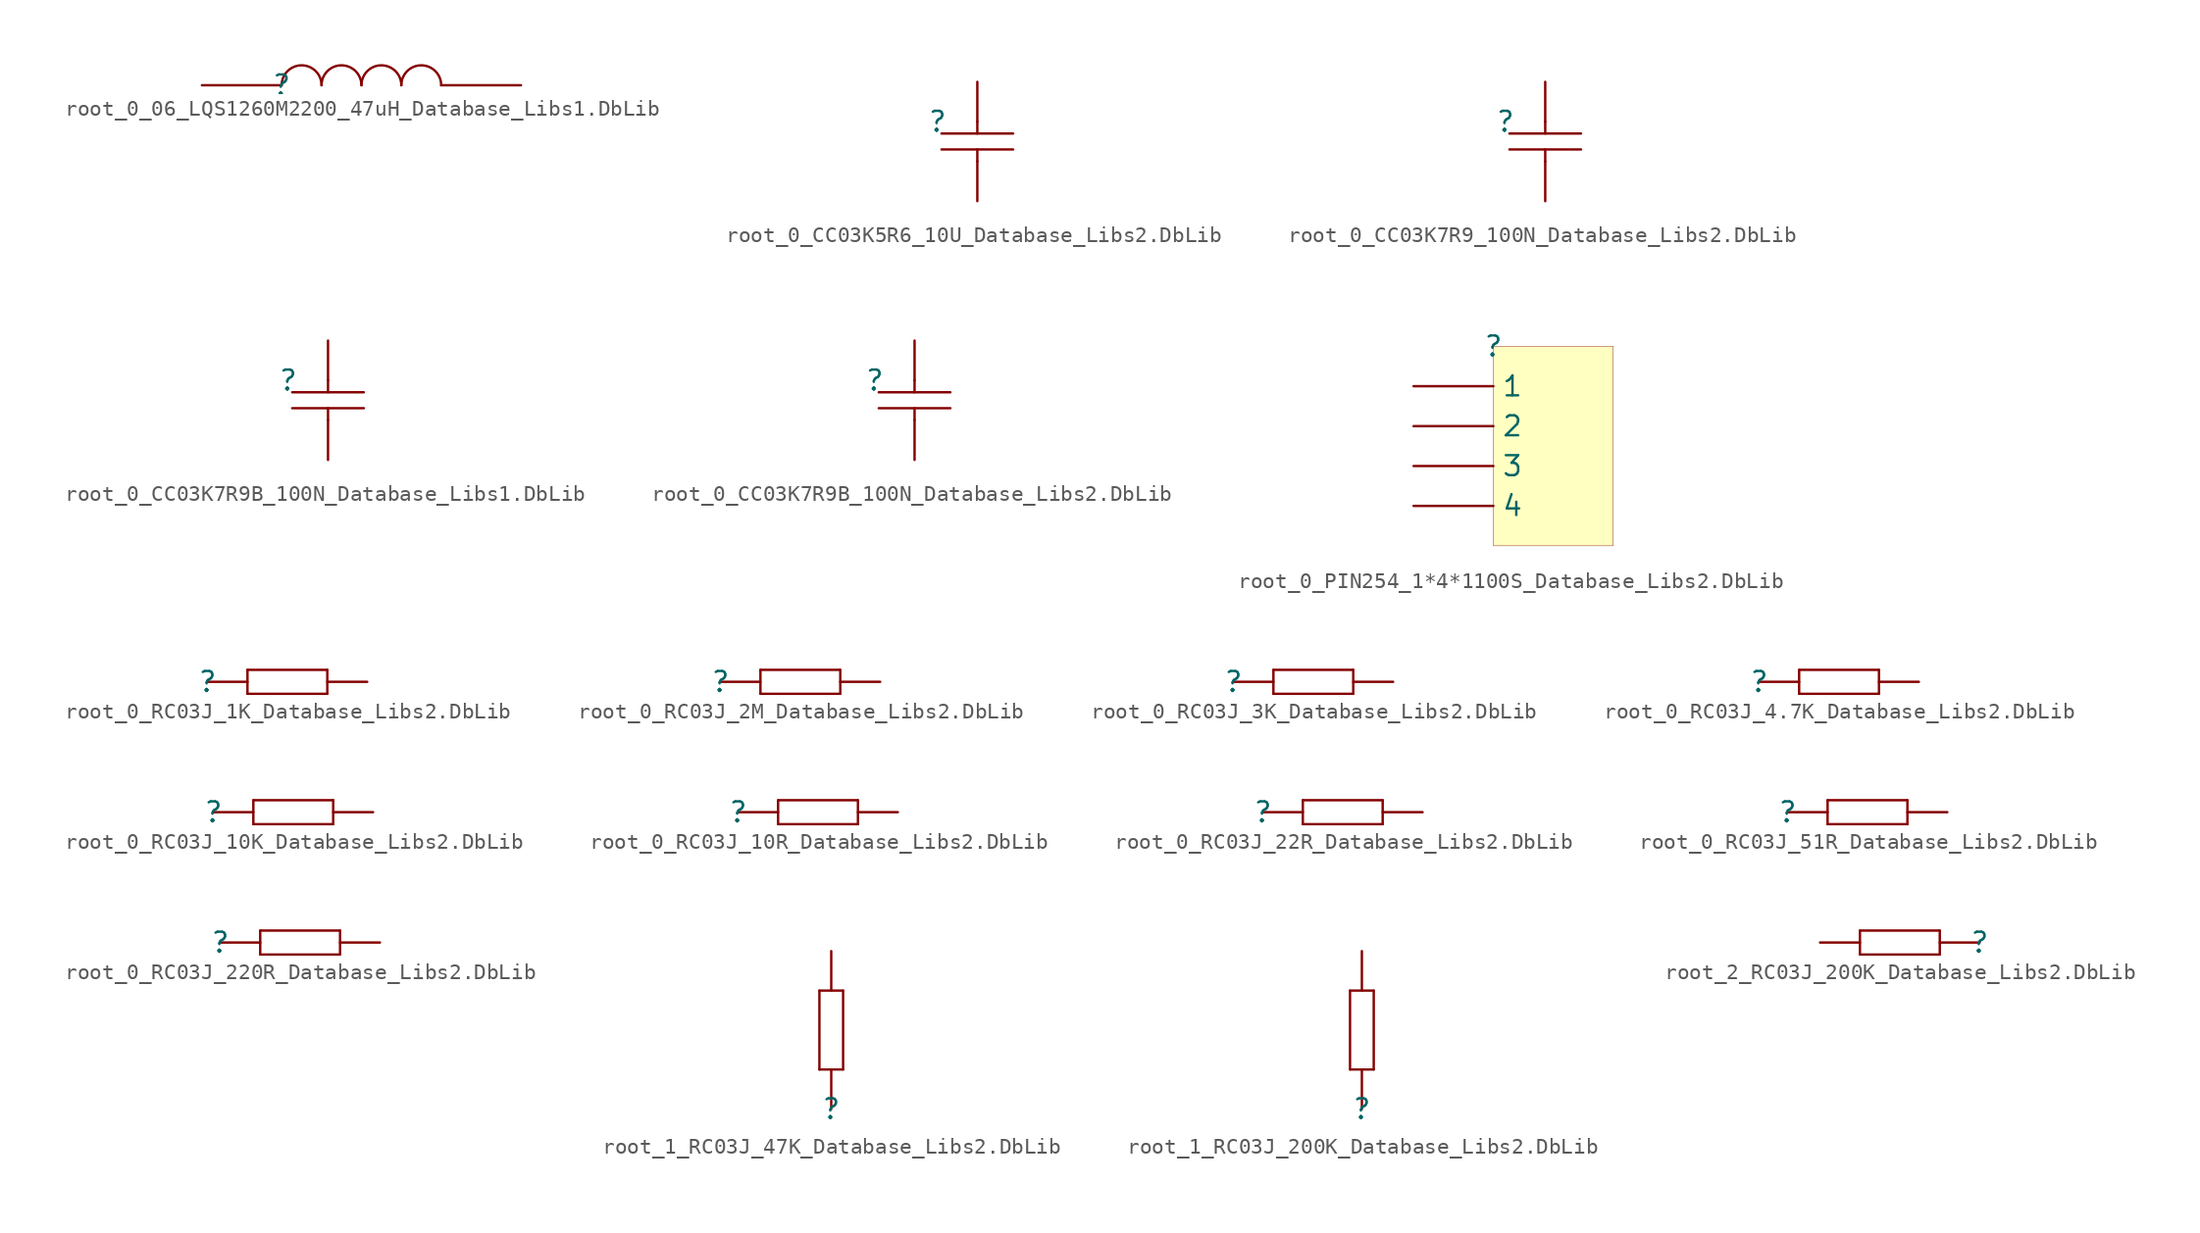
<source format=kicad_sym>
(kicad_symbol_lib
  (version 20241209)
  (generator "kicad_symbol_editor")
  (generator_version "9.0")
  (symbol "root_0_06_LQS1260M2200_47uH_Database_Libs1.DbLib"
    (pin_numbers
      (hide yes))
    (pin_names
      (hide yes))
    (property "Reference" ""
      (at 0 0 0)
      (effects (font (size 1.27 1.27))))
    (property "Value" ""
      (at 0 0 0)
      (effects (font (size 1.27 1.27))))
    (symbol "root_0_06_LQS1260M2200_47uH_Database_Libs1.DbLib_1_0"
      (arc (start 0 0) (mid 1.27 1.27) (end 2.54 0) (stroke (width 0) (type solid)) (fill (type none)))
      (arc (start 2.54 0) (mid 3.81 1.27) (end 5.08 0) (stroke (width 0) (type solid)) (fill (type none)))
      (arc (start 5.08 0) (mid 6.35 1.27) (end 7.62 0) (stroke (width 0) (type solid)) (fill (type none)))
      (arc (start 7.62 0) (mid 8.89 1.27) (end 10.16 0) (stroke (width 0) (type solid)) (fill (type none)))
      (pin passive line (at -5.08 0 0) (length 5.08) (name "1" (effects (font (size 1.27 1.27)))) (number "1" (effects (font (size 1.27 1.27)))))
      (pin passive line (at 15.24 0 180) (length 5.08) (name "2" (effects (font (size 1.27 1.27)))) (number "2" (effects (font (size 1.27 1.27)))))))
  (symbol "root_0_CC03K5R6_10U_Database_Libs2.DbLib"
    (pin_numbers
      (hide yes))
    (pin_names
      (hide yes))
    (property "Reference" ""
      (at 0 0 0)
      (effects (font (size 1.27 1.27))))
    (property "Value" ""
      (at 0 0 0)
      (effects (font (size 1.27 1.27))))
    (symbol "root_0_CC03K5R6_10U_Database_Libs2.DbLib_1_0"
      (polyline (pts (xy 0.254 -0.762) (xy 4.826 -0.762)) (stroke (width 0) (type solid)) (fill (type none)))
      (polyline (pts (xy 0.254 -1.778) (xy 4.826 -1.778)) (stroke (width 0) (type solid)) (fill (type none)))
      (polyline (pts (xy 2.54 0) (xy 2.54 -0.762)) (stroke (width 0) (type solid)) (fill (type none)))
      (polyline (pts (xy 2.54 -1.778) (xy 2.54 -2.54)) (stroke (width 0) (type solid)) (fill (type none)))
      (pin passive line (at 2.54 2.54 270) (length 2.54) (name "1" (effects (font (size 1.27 1.27)))) (number "1" (effects (font (size 1.27 1.27)))))
      (pin passive line (at 2.54 -5.08 90) (length 2.54) (name "2" (effects (font (size 1.27 1.27)))) (number "2" (effects (font (size 1.27 1.27)))))))
  (symbol "root_0_CC03K7R9_100N_Database_Libs2.DbLib"
    (pin_numbers
      (hide yes))
    (pin_names
      (hide yes))
    (property "Reference" ""
      (at 0 0 0)
      (effects (font (size 1.27 1.27))))
    (property "Value" ""
      (at 0 0 0)
      (effects (font (size 1.27 1.27))))
    (symbol "root_0_CC03K7R9_100N_Database_Libs2.DbLib_1_0"
      (polyline (pts (xy 0.254 -0.762) (xy 4.826 -0.762)) (stroke (width 0) (type solid)) (fill (type none)))
      (polyline (pts (xy 0.254 -1.778) (xy 4.826 -1.778)) (stroke (width 0) (type solid)) (fill (type none)))
      (polyline (pts (xy 2.54 0) (xy 2.54 -0.762)) (stroke (width 0) (type solid)) (fill (type none)))
      (polyline (pts (xy 2.54 -1.778) (xy 2.54 -2.54)) (stroke (width 0) (type solid)) (fill (type none)))
      (pin passive line (at 2.54 2.54 270) (length 2.54) (name "1" (effects (font (size 1.27 1.27)))) (number "1" (effects (font (size 1.27 1.27)))))
      (pin passive line (at 2.54 -5.08 90) (length 2.54) (name "2" (effects (font (size 1.27 1.27)))) (number "2" (effects (font (size 1.27 1.27)))))))
  (symbol "root_0_CC03K7R9B_100N_Database_Libs1.DbLib"
    (pin_numbers
      (hide yes))
    (pin_names
      (hide yes))
    (property "Reference" ""
      (at 0 0 0)
      (effects (font (size 1.27 1.27))))
    (property "Value" ""
      (at 0 0 0)
      (effects (font (size 1.27 1.27))))
    (symbol "root_0_CC03K7R9B_100N_Database_Libs1.DbLib_1_0"
      (polyline (pts (xy 0.254 -0.762) (xy 4.826 -0.762)) (stroke (width 0) (type solid)) (fill (type none)))
      (polyline (pts (xy 0.254 -1.778) (xy 4.826 -1.778)) (stroke (width 0) (type solid)) (fill (type none)))
      (polyline (pts (xy 2.54 0) (xy 2.54 -0.762)) (stroke (width 0) (type solid)) (fill (type none)))
      (polyline (pts (xy 2.54 -1.778) (xy 2.54 -2.54)) (stroke (width 0) (type solid)) (fill (type none)))
      (pin passive line (at 2.54 2.54 270) (length 2.54) (name "1" (effects (font (size 1.27 1.27)))) (number "1" (effects (font (size 1.27 1.27)))))
      (pin passive line (at 2.54 -5.08 90) (length 2.54) (name "2" (effects (font (size 1.27 1.27)))) (number "2" (effects (font (size 1.27 1.27)))))))
  (symbol "root_0_CC03K7R9B_100N_Database_Libs2.DbLib"
    (pin_numbers
      (hide yes))
    (pin_names
      (hide yes))
    (property "Reference" ""
      (at 0 0 0)
      (effects (font (size 1.27 1.27))))
    (property "Value" ""
      (at 0 0 0)
      (effects (font (size 1.27 1.27))))
    (symbol "root_0_CC03K7R9B_100N_Database_Libs2.DbLib_1_0"
      (polyline (pts (xy 0.254 -0.762) (xy 4.826 -0.762)) (stroke (width 0) (type solid)) (fill (type none)))
      (polyline (pts (xy 0.254 -1.778) (xy 4.826 -1.778)) (stroke (width 0) (type solid)) (fill (type none)))
      (polyline (pts (xy 2.54 0) (xy 2.54 -0.762)) (stroke (width 0) (type solid)) (fill (type none)))
      (polyline (pts (xy 2.54 -1.778) (xy 2.54 -2.54)) (stroke (width 0) (type solid)) (fill (type none)))
      (pin passive line (at 2.54 2.54 270) (length 2.54) (name "1" (effects (font (size 1.27 1.27)))) (number "1" (effects (font (size 1.27 1.27)))))
      (pin passive line (at 2.54 -5.08 90) (length 2.54) (name "2" (effects (font (size 1.27 1.27)))) (number "2" (effects (font (size 1.27 1.27)))))))
  (symbol "root_0_PIN254_1*4*1100S_Database_Libs2.DbLib"
    (pin_numbers
      (hide yes))
    (property "Reference" ""
      (at 0 0 0)
      (effects (font (size 1.27 1.27))))
    (property "Value" ""
      (at 0 0 0)
      (effects (font (size 1.27 1.27))))
    (symbol "root_0_PIN254_1*4*1100S_Database_Libs2.DbLib_1_0"
      (rectangle (start 7.62 0) (end 0 -12.7) (stroke (width 0.025) (type solid) (color 128 0 0 1)) (fill (type background)))
      (pin passive line (at -5.08 -2.54 0) (length 5.08) (name "1" (effects (font (size 1.27 1.27)))) (number "1" (effects (font (size 1.27 1.27)))))
      (pin passive line (at -5.08 -5.08 0) (length 5.08) (name "2" (effects (font (size 1.27 1.27)))) (number "2" (effects (font (size 1.27 1.27)))))
      (pin passive line (at -5.08 -7.62 0) (length 5.08) (name "3" (effects (font (size 1.27 1.27)))) (number "3" (effects (font (size 1.27 1.27)))))
      (pin passive line (at -5.08 -10.16 0) (length 5.08) (name "4" (effects (font (size 1.27 1.27)))) (number "4" (effects (font (size 1.27 1.27)))))))
  (symbol "root_0_RC03J_1K_Database_Libs2.DbLib"
    (pin_numbers
      (hide yes))
    (pin_names
      (hide yes))
    (property "Reference" ""
      (at 0 0 0)
      (effects (font (size 1.27 1.27))))
    (property "Value" ""
      (at 0 0 0)
      (effects (font (size 1.27 1.27))))
    (symbol "root_0_RC03J_1K_Database_Libs2.DbLib_1_0"
      (polyline (pts (xy 2.54 0.762) (xy 2.54 -0.762)) (stroke (width 0) (type solid)) (fill (type none)))
      (polyline (pts (xy 2.54 0.762) (xy 7.62 0.762)) (stroke (width 0) (type solid)) (fill (type none)))
      (polyline (pts (xy 2.54 -0.762) (xy 7.62 -0.762)) (stroke (width 0) (type solid)) (fill (type none)))
      (polyline (pts (xy 7.62 0.762) (xy 7.62 -0.762)) (stroke (width 0) (type solid)) (fill (type none)))
      (pin passive line (at 0 0 0) (length 2.54) (name "1" (effects (font (size 1.27 1.27)))) (number "1" (effects (font (size 1.27 1.27)))))
      (pin passive line (at 10.16 0 180) (length 2.54) (name "2" (effects (font (size 1.27 1.27)))) (number "2" (effects (font (size 1.27 1.27)))))))
  (symbol "root_0_RC03J_2M_Database_Libs2.DbLib"
    (pin_numbers
      (hide yes))
    (pin_names
      (hide yes))
    (property "Reference" ""
      (at 0 0 0)
      (effects (font (size 1.27 1.27))))
    (property "Value" ""
      (at 0 0 0)
      (effects (font (size 1.27 1.27))))
    (symbol "root_0_RC03J_2M_Database_Libs2.DbLib_1_0"
      (polyline (pts (xy 2.54 0.762) (xy 2.54 -0.762)) (stroke (width 0) (type solid)) (fill (type none)))
      (polyline (pts (xy 2.54 0.762) (xy 7.62 0.762)) (stroke (width 0) (type solid)) (fill (type none)))
      (polyline (pts (xy 2.54 -0.762) (xy 7.62 -0.762)) (stroke (width 0) (type solid)) (fill (type none)))
      (polyline (pts (xy 7.62 0.762) (xy 7.62 -0.762)) (stroke (width 0) (type solid)) (fill (type none)))
      (pin passive line (at 0 0 0) (length 2.54) (name "1" (effects (font (size 1.27 1.27)))) (number "1" (effects (font (size 1.27 1.27)))))
      (pin passive line (at 10.16 0 180) (length 2.54) (name "2" (effects (font (size 1.27 1.27)))) (number "2" (effects (font (size 1.27 1.27)))))))
  (symbol "root_0_RC03J_3K_Database_Libs2.DbLib"
    (pin_numbers
      (hide yes))
    (pin_names
      (hide yes))
    (property "Reference" ""
      (at 0 0 0)
      (effects (font (size 1.27 1.27))))
    (property "Value" ""
      (at 0 0 0)
      (effects (font (size 1.27 1.27))))
    (symbol "root_0_RC03J_3K_Database_Libs2.DbLib_1_0"
      (polyline (pts (xy 2.54 0.762) (xy 2.54 -0.762)) (stroke (width 0) (type solid)) (fill (type none)))
      (polyline (pts (xy 2.54 0.762) (xy 7.62 0.762)) (stroke (width 0) (type solid)) (fill (type none)))
      (polyline (pts (xy 2.54 -0.762) (xy 7.62 -0.762)) (stroke (width 0) (type solid)) (fill (type none)))
      (polyline (pts (xy 7.62 0.762) (xy 7.62 -0.762)) (stroke (width 0) (type solid)) (fill (type none)))
      (pin passive line (at 0 0 0) (length 2.54) (name "1" (effects (font (size 1.27 1.27)))) (number "1" (effects (font (size 1.27 1.27)))))
      (pin passive line (at 10.16 0 180) (length 2.54) (name "2" (effects (font (size 1.27 1.27)))) (number "2" (effects (font (size 1.27 1.27)))))))
  (symbol "root_0_RC03J_4.7K_Database_Libs2.DbLib"
    (pin_numbers
      (hide yes))
    (pin_names
      (hide yes))
    (property "Reference" ""
      (at 0 0 0)
      (effects (font (size 1.27 1.27))))
    (property "Value" ""
      (at 0 0 0)
      (effects (font (size 1.27 1.27))))
    (symbol "root_0_RC03J_4.7K_Database_Libs2.DbLib_1_0"
      (polyline (pts (xy 2.54 0.762) (xy 2.54 -0.762)) (stroke (width 0) (type solid)) (fill (type none)))
      (polyline (pts (xy 2.54 0.762) (xy 7.62 0.762)) (stroke (width 0) (type solid)) (fill (type none)))
      (polyline (pts (xy 2.54 -0.762) (xy 7.62 -0.762)) (stroke (width 0) (type solid)) (fill (type none)))
      (polyline (pts (xy 7.62 0.762) (xy 7.62 -0.762)) (stroke (width 0) (type solid)) (fill (type none)))
      (pin passive line (at 0 0 0) (length 2.54) (name "1" (effects (font (size 1.27 1.27)))) (number "1" (effects (font (size 1.27 1.27)))))
      (pin passive line (at 10.16 0 180) (length 2.54) (name "2" (effects (font (size 1.27 1.27)))) (number "2" (effects (font (size 1.27 1.27)))))))
  (symbol "root_0_RC03J_10K_Database_Libs2.DbLib"
    (pin_numbers
      (hide yes))
    (pin_names
      (hide yes))
    (property "Reference" ""
      (at 0 0 0)
      (effects (font (size 1.27 1.27))))
    (property "Value" ""
      (at 0 0 0)
      (effects (font (size 1.27 1.27))))
    (symbol "root_0_RC03J_10K_Database_Libs2.DbLib_1_0"
      (polyline (pts (xy 2.54 0.762) (xy 2.54 -0.762)) (stroke (width 0) (type solid)) (fill (type none)))
      (polyline (pts (xy 2.54 0.762) (xy 7.62 0.762)) (stroke (width 0) (type solid)) (fill (type none)))
      (polyline (pts (xy 2.54 -0.762) (xy 7.62 -0.762)) (stroke (width 0) (type solid)) (fill (type none)))
      (polyline (pts (xy 7.62 0.762) (xy 7.62 -0.762)) (stroke (width 0) (type solid)) (fill (type none)))
      (pin passive line (at 0 0 0) (length 2.54) (name "1" (effects (font (size 1.27 1.27)))) (number "1" (effects (font (size 1.27 1.27)))))
      (pin passive line (at 10.16 0 180) (length 2.54) (name "2" (effects (font (size 1.27 1.27)))) (number "2" (effects (font (size 1.27 1.27)))))))
  (symbol "root_0_RC03J_10R_Database_Libs2.DbLib"
    (pin_numbers
      (hide yes))
    (pin_names
      (hide yes))
    (property "Reference" ""
      (at 0 0 0)
      (effects (font (size 1.27 1.27))))
    (property "Value" ""
      (at 0 0 0)
      (effects (font (size 1.27 1.27))))
    (symbol "root_0_RC03J_10R_Database_Libs2.DbLib_1_0"
      (polyline (pts (xy 2.54 0.762) (xy 2.54 -0.762)) (stroke (width 0) (type solid)) (fill (type none)))
      (polyline (pts (xy 2.54 0.762) (xy 7.62 0.762)) (stroke (width 0) (type solid)) (fill (type none)))
      (polyline (pts (xy 2.54 -0.762) (xy 7.62 -0.762)) (stroke (width 0) (type solid)) (fill (type none)))
      (polyline (pts (xy 7.62 0.762) (xy 7.62 -0.762)) (stroke (width 0) (type solid)) (fill (type none)))
      (pin passive line (at 0 0 0) (length 2.54) (name "1" (effects (font (size 1.27 1.27)))) (number "1" (effects (font (size 1.27 1.27)))))
      (pin passive line (at 10.16 0 180) (length 2.54) (name "2" (effects (font (size 1.27 1.27)))) (number "2" (effects (font (size 1.27 1.27)))))))
  (symbol "root_0_RC03J_22R_Database_Libs2.DbLib"
    (pin_numbers
      (hide yes))
    (pin_names
      (hide yes))
    (property "Reference" ""
      (at 0 0 0)
      (effects (font (size 1.27 1.27))))
    (property "Value" ""
      (at 0 0 0)
      (effects (font (size 1.27 1.27))))
    (symbol "root_0_RC03J_22R_Database_Libs2.DbLib_1_0"
      (polyline (pts (xy 2.54 0.762) (xy 2.54 -0.762)) (stroke (width 0) (type solid)) (fill (type none)))
      (polyline (pts (xy 2.54 0.762) (xy 7.62 0.762)) (stroke (width 0) (type solid)) (fill (type none)))
      (polyline (pts (xy 2.54 -0.762) (xy 7.62 -0.762)) (stroke (width 0) (type solid)) (fill (type none)))
      (polyline (pts (xy 7.62 0.762) (xy 7.62 -0.762)) (stroke (width 0) (type solid)) (fill (type none)))
      (pin passive line (at 0 0 0) (length 2.54) (name "1" (effects (font (size 1.27 1.27)))) (number "1" (effects (font (size 1.27 1.27)))))
      (pin passive line (at 10.16 0 180) (length 2.54) (name "2" (effects (font (size 1.27 1.27)))) (number "2" (effects (font (size 1.27 1.27)))))))
  (symbol "root_0_RC03J_51R_Database_Libs2.DbLib"
    (pin_numbers
      (hide yes))
    (pin_names
      (hide yes))
    (property "Reference" ""
      (at 0 0 0)
      (effects (font (size 1.27 1.27))))
    (property "Value" ""
      (at 0 0 0)
      (effects (font (size 1.27 1.27))))
    (symbol "root_0_RC03J_51R_Database_Libs2.DbLib_1_0"
      (polyline (pts (xy 2.54 0.762) (xy 2.54 -0.762)) (stroke (width 0) (type solid)) (fill (type none)))
      (polyline (pts (xy 2.54 0.762) (xy 7.62 0.762)) (stroke (width 0) (type solid)) (fill (type none)))
      (polyline (pts (xy 2.54 -0.762) (xy 7.62 -0.762)) (stroke (width 0) (type solid)) (fill (type none)))
      (polyline (pts (xy 7.62 0.762) (xy 7.62 -0.762)) (stroke (width 0) (type solid)) (fill (type none)))
      (pin passive line (at 0 0 0) (length 2.54) (name "1" (effects (font (size 1.27 1.27)))) (number "1" (effects (font (size 1.27 1.27)))))
      (pin passive line (at 10.16 0 180) (length 2.54) (name "2" (effects (font (size 1.27 1.27)))) (number "2" (effects (font (size 1.27 1.27)))))))
  (symbol "root_0_RC03J_220R_Database_Libs2.DbLib"
    (pin_numbers
      (hide yes))
    (pin_names
      (hide yes))
    (property "Reference" ""
      (at 0 0 0)
      (effects (font (size 1.27 1.27))))
    (property "Value" ""
      (at 0 0 0)
      (effects (font (size 1.27 1.27))))
    (symbol "root_0_RC03J_220R_Database_Libs2.DbLib_1_0"
      (polyline (pts (xy 2.54 0.762) (xy 2.54 -0.762)) (stroke (width 0) (type solid)) (fill (type none)))
      (polyline (pts (xy 2.54 0.762) (xy 7.62 0.762)) (stroke (width 0) (type solid)) (fill (type none)))
      (polyline (pts (xy 2.54 -0.762) (xy 7.62 -0.762)) (stroke (width 0) (type solid)) (fill (type none)))
      (polyline (pts (xy 7.62 0.762) (xy 7.62 -0.762)) (stroke (width 0) (type solid)) (fill (type none)))
      (pin passive line (at 0 0 0) (length 2.54) (name "1" (effects (font (size 1.27 1.27)))) (number "1" (effects (font (size 1.27 1.27)))))
      (pin passive line (at 10.16 0 180) (length 2.54) (name "2" (effects (font (size 1.27 1.27)))) (number "2" (effects (font (size 1.27 1.27)))))))
  (symbol "root_1_RC03J_47K_Database_Libs2.DbLib"
    (pin_numbers
      (hide yes))
    (pin_names
      (hide yes))
    (property "Reference" ""
      (at 0 0 0)
      (effects (font (size 1.27 1.27))))
    (property "Value" ""
      (at 0 0 0)
      (effects (font (size 1.27 1.27))))
    (symbol "root_1_RC03J_47K_Database_Libs2.DbLib_1_0"
      (polyline (pts (xy -0.762 7.62) (xy 0.762 7.62)) (stroke (width 0) (type solid)) (fill (type none)))
      (polyline (pts (xy -0.762 2.54) (xy -0.762 7.62)) (stroke (width 0) (type solid)) (fill (type none)))
      (polyline (pts (xy -0.762 2.54) (xy 0.762 2.54)) (stroke (width 0) (type solid)) (fill (type none)))
      (polyline (pts (xy 0.762 2.54) (xy 0.762 7.62)) (stroke (width 0) (type solid)) (fill (type none)))
      (pin passive line (at 0 10.16 270) (length 2.54) (name "2" (effects (font (size 1.27 1.27)))) (number "2" (effects (font (size 1.27 1.27)))))
      (pin passive line (at 0 0 90) (length 2.54) (name "1" (effects (font (size 1.27 1.27)))) (number "1" (effects (font (size 1.27 1.27)))))))
  (symbol "root_1_RC03J_200K_Database_Libs2.DbLib"
    (pin_numbers
      (hide yes))
    (pin_names
      (hide yes))
    (property "Reference" ""
      (at 0 0 0)
      (effects (font (size 1.27 1.27))))
    (property "Value" ""
      (at 0 0 0)
      (effects (font (size 1.27 1.27))))
    (symbol "root_1_RC03J_200K_Database_Libs2.DbLib_1_0"
      (polyline (pts (xy -0.762 7.62) (xy 0.762 7.62)) (stroke (width 0) (type solid)) (fill (type none)))
      (polyline (pts (xy -0.762 2.54) (xy -0.762 7.62)) (stroke (width 0) (type solid)) (fill (type none)))
      (polyline (pts (xy -0.762 2.54) (xy 0.762 2.54)) (stroke (width 0) (type solid)) (fill (type none)))
      (polyline (pts (xy 0.762 2.54) (xy 0.762 7.62)) (stroke (width 0) (type solid)) (fill (type none)))
      (pin passive line (at 0 10.16 270) (length 2.54) (name "2" (effects (font (size 1.27 1.27)))) (number "2" (effects (font (size 1.27 1.27)))))
      (pin passive line (at 0 0 90) (length 2.54) (name "1" (effects (font (size 1.27 1.27)))) (number "1" (effects (font (size 1.27 1.27)))))))
  (symbol "root_2_RC03J_200K_Database_Libs2.DbLib"
    (pin_numbers
      (hide yes))
    (pin_names
      (hide yes))
    (property "Reference" ""
      (at 0 0 0)
      (effects (font (size 1.27 1.27))))
    (property "Value" ""
      (at 0 0 0)
      (effects (font (size 1.27 1.27))))
    (symbol "root_2_RC03J_200K_Database_Libs2.DbLib_1_0"
      (polyline (pts (xy -7.62 -0.762) (xy -7.62 0.762)) (stroke (width 0) (type solid)) (fill (type none)))
      (polyline (pts (xy -2.54 0.762) (xy -7.62 0.762)) (stroke (width 0) (type solid)) (fill (type none)))
      (polyline (pts (xy -2.54 -0.762) (xy -7.62 -0.762)) (stroke (width 0) (type solid)) (fill (type none)))
      (polyline (pts (xy -2.54 -0.762) (xy -2.54 0.762)) (stroke (width 0) (type solid)) (fill (type none)))
      (pin passive line (at -10.16 0 0) (length 2.54) (name "2" (effects (font (size 1.27 1.27)))) (number "2" (effects (font (size 1.27 1.27)))))
      (pin passive line (at 0 0 180) (length 2.54) (name "1" (effects (font (size 1.27 1.27)))) (number "1" (effects (font (size 1.27 1.27))))))))
</source>
